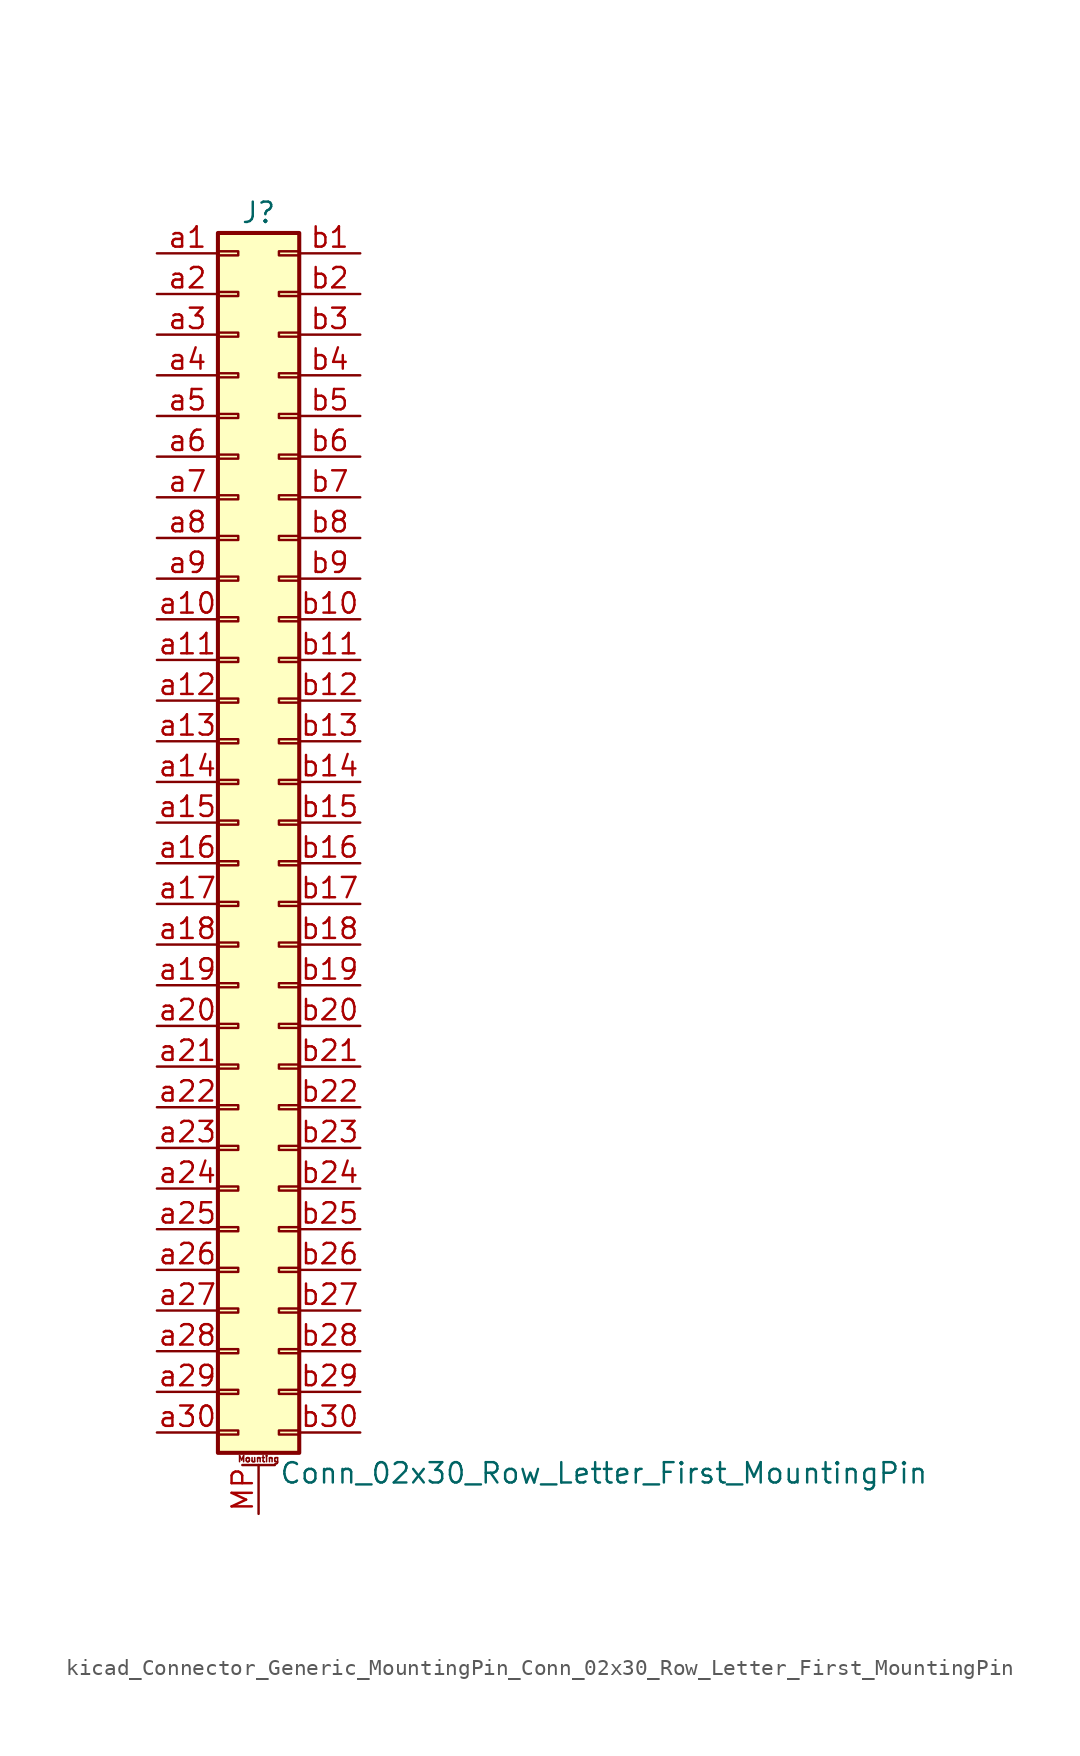
<source format=kicad_sym>
(kicad_symbol_lib
  (version 20220914)
  (generator kicad_symbol_editor)
  (symbol "kicad_Connector_Generic_MountingPin_Conn_02x30_Row_Letter_First_MountingPin"
    (pin_names
      (offset 1.016) hide)
    (property "Reference" "J"
      (at 1.27 38.1 0)
      (effects (font (size 1.27 1.27))))
    (property "Value" "Conn_02x30_Row_Letter_First_MountingPin"
      (at 2.54 -40.64 0)
      (effects (font (size 1.27 1.27)) (justify left)))
    (symbol "kicad_Connector_Generic_MountingPin_Conn_02x30_Row_Letter_First_MountingPin_1_1"
      (rectangle (start -1.27 -37.973) (end 0 -38.227) (stroke (width 0.152) (type default)) (fill (type none)))
      (rectangle (start -1.27 -35.433) (end 0 -35.687) (stroke (width 0.152) (type default)) (fill (type none)))
      (rectangle (start -1.27 -32.893) (end 0 -33.147) (stroke (width 0.152) (type default)) (fill (type none)))
      (rectangle (start -1.27 -30.353) (end 0 -30.607) (stroke (width 0.152) (type default)) (fill (type none)))
      (rectangle (start -1.27 -27.813) (end 0 -28.067) (stroke (width 0.152) (type default)) (fill (type none)))
      (rectangle (start -1.27 -25.273) (end 0 -25.527) (stroke (width 0.152) (type default)) (fill (type none)))
      (rectangle (start -1.27 -22.733) (end 0 -22.987) (stroke (width 0.152) (type default)) (fill (type none)))
      (rectangle (start -1.27 -20.193) (end 0 -20.447) (stroke (width 0.152) (type default)) (fill (type none)))
      (rectangle (start -1.27 -17.653) (end 0 -17.907) (stroke (width 0.152) (type default)) (fill (type none)))
      (rectangle (start -1.27 -15.113) (end 0 -15.367) (stroke (width 0.152) (type default)) (fill (type none)))
      (rectangle (start -1.27 -12.573) (end 0 -12.827) (stroke (width 0.152) (type default)) (fill (type none)))
      (rectangle (start -1.27 -10.033) (end 0 -10.287) (stroke (width 0.152) (type default)) (fill (type none)))
      (rectangle (start -1.27 -7.493) (end 0 -7.747) (stroke (width 0.152) (type default)) (fill (type none)))
      (rectangle (start -1.27 -4.953) (end 0 -5.207) (stroke (width 0.152) (type default)) (fill (type none)))
      (rectangle (start -1.27 -2.413) (end 0 -2.667) (stroke (width 0.152) (type default)) (fill (type none)))
      (rectangle (start -1.27 0.127) (end 0 -0.127) (stroke (width 0.152) (type default)) (fill (type none)))
      (rectangle (start -1.27 2.667) (end 0 2.413) (stroke (width 0.152) (type default)) (fill (type none)))
      (rectangle (start -1.27 5.207) (end 0 4.953) (stroke (width 0.152) (type default)) (fill (type none)))
      (rectangle (start -1.27 7.747) (end 0 7.493) (stroke (width 0.152) (type default)) (fill (type none)))
      (rectangle (start -1.27 10.287) (end 0 10.033) (stroke (width 0.152) (type default)) (fill (type none)))
      (rectangle (start -1.27 12.827) (end 0 12.573) (stroke (width 0.152) (type default)) (fill (type none)))
      (rectangle (start -1.27 15.367) (end 0 15.113) (stroke (width 0.152) (type default)) (fill (type none)))
      (rectangle (start -1.27 17.907) (end 0 17.653) (stroke (width 0.152) (type default)) (fill (type none)))
      (rectangle (start -1.27 20.447) (end 0 20.193) (stroke (width 0.152) (type default)) (fill (type none)))
      (rectangle (start -1.27 22.987) (end 0 22.733) (stroke (width 0.152) (type default)) (fill (type none)))
      (rectangle (start -1.27 25.527) (end 0 25.273) (stroke (width 0.152) (type default)) (fill (type none)))
      (rectangle (start -1.27 28.067) (end 0 27.813) (stroke (width 0.152) (type default)) (fill (type none)))
      (rectangle (start -1.27 30.607) (end 0 30.353) (stroke (width 0.152) (type default)) (fill (type none)))
      (rectangle (start -1.27 33.147) (end 0 32.893) (stroke (width 0.152) (type default)) (fill (type none)))
      (rectangle (start -1.27 35.687) (end 0 35.433) (stroke (width 0.152) (type default)) (fill (type none)))
      (rectangle (start -1.27 36.83) (end 3.81 -39.37) (stroke (width 0.254) (type default)) (fill (type background)))
      (polyline (pts (xy 0.254 -40.132) (xy 2.286 -40.132)) (stroke (width 0.152) (type default)) (fill (type none)))
      (rectangle (start 3.81 -37.973) (end 2.54 -38.227) (stroke (width 0.152) (type default)) (fill (type none)))
      (rectangle (start 3.81 -35.433) (end 2.54 -35.687) (stroke (width 0.152) (type default)) (fill (type none)))
      (rectangle (start 3.81 -32.893) (end 2.54 -33.147) (stroke (width 0.152) (type default)) (fill (type none)))
      (rectangle (start 3.81 -30.353) (end 2.54 -30.607) (stroke (width 0.152) (type default)) (fill (type none)))
      (rectangle (start 3.81 -27.813) (end 2.54 -28.067) (stroke (width 0.152) (type default)) (fill (type none)))
      (rectangle (start 3.81 -25.273) (end 2.54 -25.527) (stroke (width 0.152) (type default)) (fill (type none)))
      (rectangle (start 3.81 -22.733) (end 2.54 -22.987) (stroke (width 0.152) (type default)) (fill (type none)))
      (rectangle (start 3.81 -20.193) (end 2.54 -20.447) (stroke (width 0.152) (type default)) (fill (type none)))
      (rectangle (start 3.81 -17.653) (end 2.54 -17.907) (stroke (width 0.152) (type default)) (fill (type none)))
      (rectangle (start 3.81 -15.113) (end 2.54 -15.367) (stroke (width 0.152) (type default)) (fill (type none)))
      (rectangle (start 3.81 -12.573) (end 2.54 -12.827) (stroke (width 0.152) (type default)) (fill (type none)))
      (rectangle (start 3.81 -10.033) (end 2.54 -10.287) (stroke (width 0.152) (type default)) (fill (type none)))
      (rectangle (start 3.81 -7.493) (end 2.54 -7.747) (stroke (width 0.152) (type default)) (fill (type none)))
      (rectangle (start 3.81 -4.953) (end 2.54 -5.207) (stroke (width 0.152) (type default)) (fill (type none)))
      (rectangle (start 3.81 -2.413) (end 2.54 -2.667) (stroke (width 0.152) (type default)) (fill (type none)))
      (rectangle (start 3.81 0.127) (end 2.54 -0.127) (stroke (width 0.152) (type default)) (fill (type none)))
      (rectangle (start 3.81 2.667) (end 2.54 2.413) (stroke (width 0.152) (type default)) (fill (type none)))
      (rectangle (start 3.81 5.207) (end 2.54 4.953) (stroke (width 0.152) (type default)) (fill (type none)))
      (rectangle (start 3.81 7.747) (end 2.54 7.493) (stroke (width 0.152) (type default)) (fill (type none)))
      (rectangle (start 3.81 10.287) (end 2.54 10.033) (stroke (width 0.152) (type default)) (fill (type none)))
      (rectangle (start 3.81 12.827) (end 2.54 12.573) (stroke (width 0.152) (type default)) (fill (type none)))
      (rectangle (start 3.81 15.367) (end 2.54 15.113) (stroke (width 0.152) (type default)) (fill (type none)))
      (rectangle (start 3.81 17.907) (end 2.54 17.653) (stroke (width 0.152) (type default)) (fill (type none)))
      (rectangle (start 3.81 20.447) (end 2.54 20.193) (stroke (width 0.152) (type default)) (fill (type none)))
      (rectangle (start 3.81 22.987) (end 2.54 22.733) (stroke (width 0.152) (type default)) (fill (type none)))
      (rectangle (start 3.81 25.527) (end 2.54 25.273) (stroke (width 0.152) (type default)) (fill (type none)))
      (rectangle (start 3.81 28.067) (end 2.54 27.813) (stroke (width 0.152) (type default)) (fill (type none)))
      (rectangle (start 3.81 30.607) (end 2.54 30.353) (stroke (width 0.152) (type default)) (fill (type none)))
      (rectangle (start 3.81 33.147) (end 2.54 32.893) (stroke (width 0.152) (type default)) (fill (type none)))
      (rectangle (start 3.81 35.687) (end 2.54 35.433) (stroke (width 0.152) (type default)) (fill (type none)))
      (text "Mounting" (at 1.27 -39.751 0) (effects (font (size 0.381 0.381))))
      (pin passive line (at 1.27 -43.18 90) (length 3.048) (name "MountPin" (effects (font (size 1.27 1.27)))) (number "MP" (effects (font (size 1.27 1.27)))))
      (pin passive line (at -5.08 35.56 0) (length 3.81) (name "Pin_a1" (effects (font (size 1.27 1.27)))) (number "a1" (effects (font (size 1.27 1.27)))))
      (pin passive line (at -5.08 12.7 0) (length 3.81) (name "Pin_a10" (effects (font (size 1.27 1.27)))) (number "a10" (effects (font (size 1.27 1.27)))))
      (pin passive line (at -5.08 10.16 0) (length 3.81) (name "Pin_a11" (effects (font (size 1.27 1.27)))) (number "a11" (effects (font (size 1.27 1.27)))))
      (pin passive line (at -5.08 7.62 0) (length 3.81) (name "Pin_a12" (effects (font (size 1.27 1.27)))) (number "a12" (effects (font (size 1.27 1.27)))))
      (pin passive line (at -5.08 5.08 0) (length 3.81) (name "Pin_a13" (effects (font (size 1.27 1.27)))) (number "a13" (effects (font (size 1.27 1.27)))))
      (pin passive line (at -5.08 2.54 0) (length 3.81) (name "Pin_a14" (effects (font (size 1.27 1.27)))) (number "a14" (effects (font (size 1.27 1.27)))))
      (pin passive line (at -5.08 0 0) (length 3.81) (name "Pin_a15" (effects (font (size 1.27 1.27)))) (number "a15" (effects (font (size 1.27 1.27)))))
      (pin passive line (at -5.08 -2.54 0) (length 3.81) (name "Pin_a16" (effects (font (size 1.27 1.27)))) (number "a16" (effects (font (size 1.27 1.27)))))
      (pin passive line (at -5.08 -5.08 0) (length 3.81) (name "Pin_a17" (effects (font (size 1.27 1.27)))) (number "a17" (effects (font (size 1.27 1.27)))))
      (pin passive line (at -5.08 -7.62 0) (length 3.81) (name "Pin_a18" (effects (font (size 1.27 1.27)))) (number "a18" (effects (font (size 1.27 1.27)))))
      (pin passive line (at -5.08 -10.16 0) (length 3.81) (name "Pin_a19" (effects (font (size 1.27 1.27)))) (number "a19" (effects (font (size 1.27 1.27)))))
      (pin passive line (at -5.08 33.02 0) (length 3.81) (name "Pin_a2" (effects (font (size 1.27 1.27)))) (number "a2" (effects (font (size 1.27 1.27)))))
      (pin passive line (at -5.08 -12.7 0) (length 3.81) (name "Pin_a20" (effects (font (size 1.27 1.27)))) (number "a20" (effects (font (size 1.27 1.27)))))
      (pin passive line (at -5.08 -15.24 0) (length 3.81) (name "Pin_a21" (effects (font (size 1.27 1.27)))) (number "a21" (effects (font (size 1.27 1.27)))))
      (pin passive line (at -5.08 -17.78 0) (length 3.81) (name "Pin_a22" (effects (font (size 1.27 1.27)))) (number "a22" (effects (font (size 1.27 1.27)))))
      (pin passive line (at -5.08 -20.32 0) (length 3.81) (name "Pin_a23" (effects (font (size 1.27 1.27)))) (number "a23" (effects (font (size 1.27 1.27)))))
      (pin passive line (at -5.08 -22.86 0) (length 3.81) (name "Pin_a24" (effects (font (size 1.27 1.27)))) (number "a24" (effects (font (size 1.27 1.27)))))
      (pin passive line (at -5.08 -25.4 0) (length 3.81) (name "Pin_a25" (effects (font (size 1.27 1.27)))) (number "a25" (effects (font (size 1.27 1.27)))))
      (pin passive line (at -5.08 -27.94 0) (length 3.81) (name "Pin_a26" (effects (font (size 1.27 1.27)))) (number "a26" (effects (font (size 1.27 1.27)))))
      (pin passive line (at -5.08 -30.48 0) (length 3.81) (name "Pin_a27" (effects (font (size 1.27 1.27)))) (number "a27" (effects (font (size 1.27 1.27)))))
      (pin passive line (at -5.08 -33.02 0) (length 3.81) (name "Pin_a28" (effects (font (size 1.27 1.27)))) (number "a28" (effects (font (size 1.27 1.27)))))
      (pin passive line (at -5.08 -35.56 0) (length 3.81) (name "Pin_a29" (effects (font (size 1.27 1.27)))) (number "a29" (effects (font (size 1.27 1.27)))))
      (pin passive line (at -5.08 30.48 0) (length 3.81) (name "Pin_a3" (effects (font (size 1.27 1.27)))) (number "a3" (effects (font (size 1.27 1.27)))))
      (pin passive line (at -5.08 -38.1 0) (length 3.81) (name "Pin_a30" (effects (font (size 1.27 1.27)))) (number "a30" (effects (font (size 1.27 1.27)))))
      (pin passive line (at -5.08 27.94 0) (length 3.81) (name "Pin_a4" (effects (font (size 1.27 1.27)))) (number "a4" (effects (font (size 1.27 1.27)))))
      (pin passive line (at -5.08 25.4 0) (length 3.81) (name "Pin_a5" (effects (font (size 1.27 1.27)))) (number "a5" (effects (font (size 1.27 1.27)))))
      (pin passive line (at -5.08 22.86 0) (length 3.81) (name "Pin_a6" (effects (font (size 1.27 1.27)))) (number "a6" (effects (font (size 1.27 1.27)))))
      (pin passive line (at -5.08 20.32 0) (length 3.81) (name "Pin_a7" (effects (font (size 1.27 1.27)))) (number "a7" (effects (font (size 1.27 1.27)))))
      (pin passive line (at -5.08 17.78 0) (length 3.81) (name "Pin_a8" (effects (font (size 1.27 1.27)))) (number "a8" (effects (font (size 1.27 1.27)))))
      (pin passive line (at -5.08 15.24 0) (length 3.81) (name "Pin_a9" (effects (font (size 1.27 1.27)))) (number "a9" (effects (font (size 1.27 1.27)))))
      (pin passive line (at 7.62 35.56 180) (length 3.81) (name "Pin_b1" (effects (font (size 1.27 1.27)))) (number "b1" (effects (font (size 1.27 1.27)))))
      (pin passive line (at 7.62 12.7 180) (length 3.81) (name "Pin_b10" (effects (font (size 1.27 1.27)))) (number "b10" (effects (font (size 1.27 1.27)))))
      (pin passive line (at 7.62 10.16 180) (length 3.81) (name "Pin_b11" (effects (font (size 1.27 1.27)))) (number "b11" (effects (font (size 1.27 1.27)))))
      (pin passive line (at 7.62 7.62 180) (length 3.81) (name "Pin_b12" (effects (font (size 1.27 1.27)))) (number "b12" (effects (font (size 1.27 1.27)))))
      (pin passive line (at 7.62 5.08 180) (length 3.81) (name "Pin_b13" (effects (font (size 1.27 1.27)))) (number "b13" (effects (font (size 1.27 1.27)))))
      (pin passive line (at 7.62 2.54 180) (length 3.81) (name "Pin_b14" (effects (font (size 1.27 1.27)))) (number "b14" (effects (font (size 1.27 1.27)))))
      (pin passive line (at 7.62 0 180) (length 3.81) (name "Pin_b15" (effects (font (size 1.27 1.27)))) (number "b15" (effects (font (size 1.27 1.27)))))
      (pin passive line (at 7.62 -2.54 180) (length 3.81) (name "Pin_b16" (effects (font (size 1.27 1.27)))) (number "b16" (effects (font (size 1.27 1.27)))))
      (pin passive line (at 7.62 -5.08 180) (length 3.81) (name "Pin_b17" (effects (font (size 1.27 1.27)))) (number "b17" (effects (font (size 1.27 1.27)))))
      (pin passive line (at 7.62 -7.62 180) (length 3.81) (name "Pin_b18" (effects (font (size 1.27 1.27)))) (number "b18" (effects (font (size 1.27 1.27)))))
      (pin passive line (at 7.62 -10.16 180) (length 3.81) (name "Pin_b19" (effects (font (size 1.27 1.27)))) (number "b19" (effects (font (size 1.27 1.27)))))
      (pin passive line (at 7.62 33.02 180) (length 3.81) (name "Pin_b2" (effects (font (size 1.27 1.27)))) (number "b2" (effects (font (size 1.27 1.27)))))
      (pin passive line (at 7.62 -12.7 180) (length 3.81) (name "Pin_b20" (effects (font (size 1.27 1.27)))) (number "b20" (effects (font (size 1.27 1.27)))))
      (pin passive line (at 7.62 -15.24 180) (length 3.81) (name "Pin_b21" (effects (font (size 1.27 1.27)))) (number "b21" (effects (font (size 1.27 1.27)))))
      (pin passive line (at 7.62 -17.78 180) (length 3.81) (name "Pin_b22" (effects (font (size 1.27 1.27)))) (number "b22" (effects (font (size 1.27 1.27)))))
      (pin passive line (at 7.62 -20.32 180) (length 3.81) (name "Pin_b23" (effects (font (size 1.27 1.27)))) (number "b23" (effects (font (size 1.27 1.27)))))
      (pin passive line (at 7.62 -22.86 180) (length 3.81) (name "Pin_b24" (effects (font (size 1.27 1.27)))) (number "b24" (effects (font (size 1.27 1.27)))))
      (pin passive line (at 7.62 -25.4 180) (length 3.81) (name "Pin_b25" (effects (font (size 1.27 1.27)))) (number "b25" (effects (font (size 1.27 1.27)))))
      (pin passive line (at 7.62 -27.94 180) (length 3.81) (name "Pin_b26" (effects (font (size 1.27 1.27)))) (number "b26" (effects (font (size 1.27 1.27)))))
      (pin passive line (at 7.62 -30.48 180) (length 3.81) (name "Pin_b27" (effects (font (size 1.27 1.27)))) (number "b27" (effects (font (size 1.27 1.27)))))
      (pin passive line (at 7.62 -33.02 180) (length 3.81) (name "Pin_b28" (effects (font (size 1.27 1.27)))) (number "b28" (effects (font (size 1.27 1.27)))))
      (pin passive line (at 7.62 -35.56 180) (length 3.81) (name "Pin_b29" (effects (font (size 1.27 1.27)))) (number "b29" (effects (font (size 1.27 1.27)))))
      (pin passive line (at 7.62 30.48 180) (length 3.81) (name "Pin_b3" (effects (font (size 1.27 1.27)))) (number "b3" (effects (font (size 1.27 1.27)))))
      (pin passive line (at 7.62 -38.1 180) (length 3.81) (name "Pin_b30" (effects (font (size 1.27 1.27)))) (number "b30" (effects (font (size 1.27 1.27)))))
      (pin passive line (at 7.62 27.94 180) (length 3.81) (name "Pin_b4" (effects (font (size 1.27 1.27)))) (number "b4" (effects (font (size 1.27 1.27)))))
      (pin passive line (at 7.62 25.4 180) (length 3.81) (name "Pin_b5" (effects (font (size 1.27 1.27)))) (number "b5" (effects (font (size 1.27 1.27)))))
      (pin passive line (at 7.62 22.86 180) (length 3.81) (name "Pin_b6" (effects (font (size 1.27 1.27)))) (number "b6" (effects (font (size 1.27 1.27)))))
      (pin passive line (at 7.62 20.32 180) (length 3.81) (name "Pin_b7" (effects (font (size 1.27 1.27)))) (number "b7" (effects (font (size 1.27 1.27)))))
      (pin passive line (at 7.62 17.78 180) (length 3.81) (name "Pin_b8" (effects (font (size 1.27 1.27)))) (number "b8" (effects (font (size 1.27 1.27)))))
      (pin passive line (at 7.62 15.24 180) (length 3.81) (name "Pin_b9" (effects (font (size 1.27 1.27)))) (number "b9" (effects (font (size 1.27 1.27))))))))
</source>
